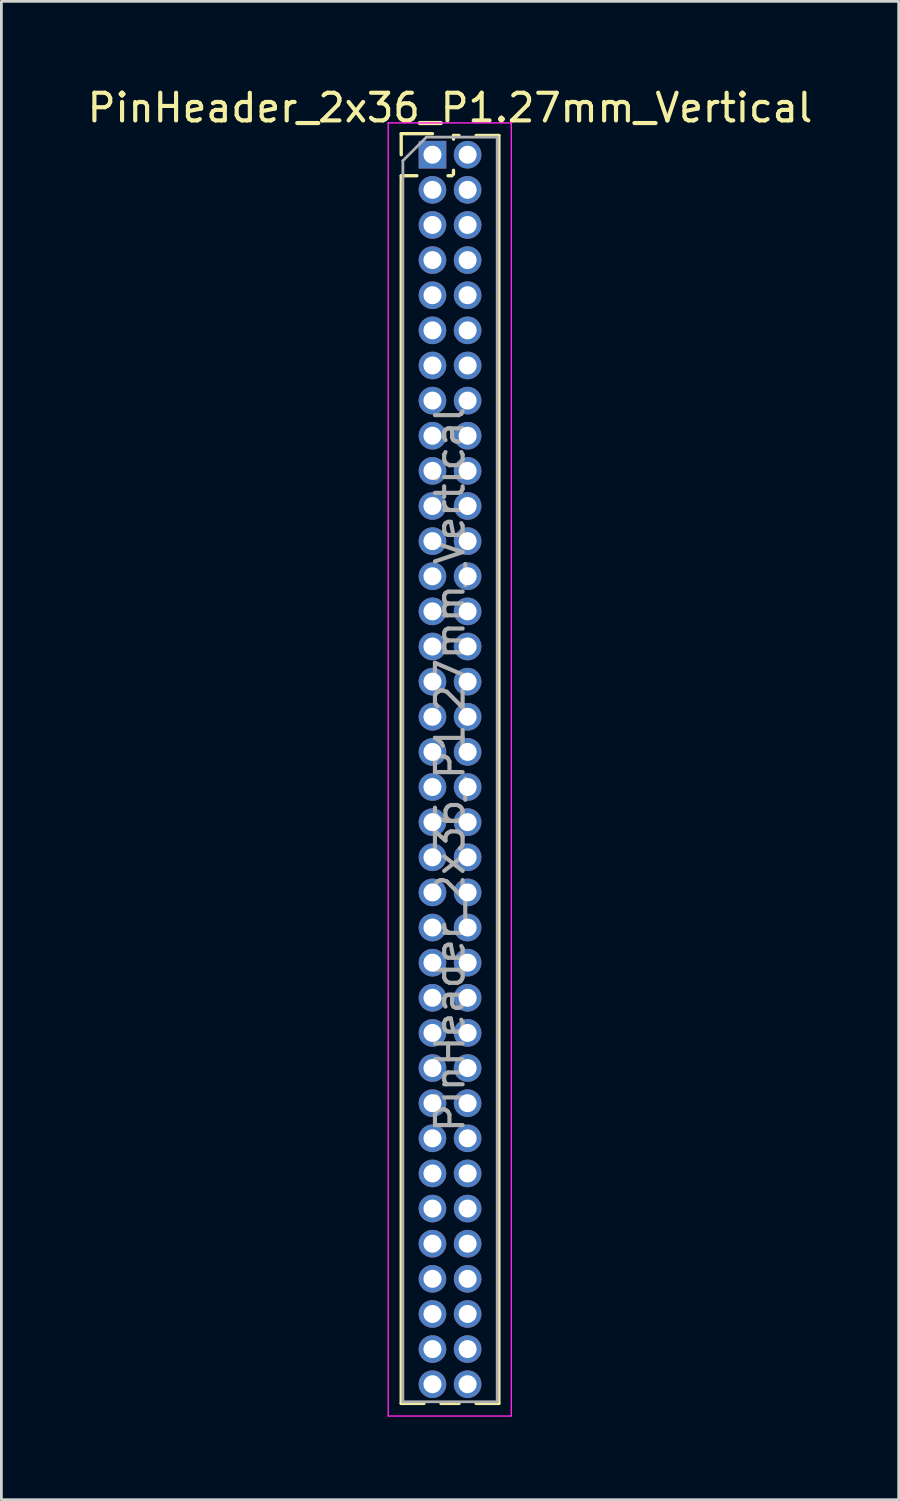
<source format=kicad_pcb>
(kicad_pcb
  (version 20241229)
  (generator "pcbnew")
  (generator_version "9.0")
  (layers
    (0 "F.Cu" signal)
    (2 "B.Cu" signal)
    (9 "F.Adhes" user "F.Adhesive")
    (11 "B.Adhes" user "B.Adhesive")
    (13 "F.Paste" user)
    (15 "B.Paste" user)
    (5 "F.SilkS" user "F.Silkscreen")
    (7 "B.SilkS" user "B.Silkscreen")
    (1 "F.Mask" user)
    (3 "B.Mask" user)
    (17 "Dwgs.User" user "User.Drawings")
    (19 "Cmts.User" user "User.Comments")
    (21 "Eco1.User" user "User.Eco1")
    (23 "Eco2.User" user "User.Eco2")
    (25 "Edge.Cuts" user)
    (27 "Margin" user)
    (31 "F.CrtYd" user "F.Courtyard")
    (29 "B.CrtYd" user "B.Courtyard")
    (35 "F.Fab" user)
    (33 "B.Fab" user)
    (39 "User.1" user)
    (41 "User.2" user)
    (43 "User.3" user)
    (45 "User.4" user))
  (footprint "PinHeader_2x36_P1.27mm_Vertical"
    (layer "F.Cu")
    (at 12.585 2.543)
    (property "Reference" "PinHeader_2x36_P1.27mm_Vertical" (at 0.635 -1.695 0) (layer "F.SilkS") (effects (font (size 1 1) (thickness 0.15))))
    (attr through_hole)
    (fp_line (start -1.13 -0.76) (end 0 -0.76) (stroke (width 0.12) (type solid)) (layer "F.SilkS"))
    (fp_line (start -1.13 0) (end -1.13 -0.76) (stroke (width 0.12) (type solid)) (layer "F.SilkS"))
    (fp_line (start -1.13 0.76) (end -1.13 45.145) (stroke (width 0.12) (type solid)) (layer "F.SilkS"))
    (fp_line (start -1.13 0.76) (end -0.563 0.76) (stroke (width 0.12) (type solid)) (layer "F.SilkS"))
    (fp_line (start -1.13 45.145) (end -0.308 45.145) (stroke (width 0.12) (type solid)) (layer "F.SilkS"))
    (fp_line (start 0.308 45.145) (end 0.962 45.145) (stroke (width 0.12) (type solid)) (layer "F.SilkS"))
    (fp_line (start 0.563 0.76) (end 0.707 0.76) (stroke (width 0.12) (type solid)) (layer "F.SilkS"))
    (fp_line (start 0.76 -0.695) (end 0.962 -0.695) (stroke (width 0.12) (type solid)) (layer "F.SilkS"))
    (fp_line (start 0.76 -0.563) (end 0.76 -0.695) (stroke (width 0.12) (type solid)) (layer "F.SilkS"))
    (fp_line (start 0.76 0.707) (end 0.76 0.563) (stroke (width 0.12) (type solid)) (layer "F.SilkS"))
    (fp_line (start 1.578 -0.695) (end 2.4 -0.695) (stroke (width 0.12) (type solid)) (layer "F.SilkS"))
    (fp_line (start 1.578 45.145) (end 2.4 45.145) (stroke (width 0.12) (type solid)) (layer "F.SilkS"))
    (fp_line (start 2.4 -0.695) (end 2.4 45.145) (stroke (width 0.12) (type solid)) (layer "F.SilkS"))
    (fp_line (start -1.6 -1.15) (end -1.6 45.6) (stroke (width 0.05) (type solid)) (layer "F.CrtYd"))
    (fp_line (start -1.6 45.6) (end 2.85 45.6) (stroke (width 0.05) (type solid)) (layer "F.CrtYd"))
    (fp_line (start 2.85 -1.15) (end -1.6 -1.15) (stroke (width 0.05) (type solid)) (layer "F.CrtYd"))
    (fp_line (start 2.85 45.6) (end 2.85 -1.15) (stroke (width 0.05) (type solid)) (layer "F.CrtYd"))
    (fp_line (start -1.07 0.217) (end -0.217 -0.635) (stroke (width 0.1) (type solid)) (layer "F.Fab"))
    (fp_line (start -1.07 45.085) (end -1.07 0.217) (stroke (width 0.1) (type solid)) (layer "F.Fab"))
    (fp_line (start -0.217 -0.635) (end 2.34 -0.635) (stroke (width 0.1) (type solid)) (layer "F.Fab"))
    (fp_line (start 2.34 -0.635) (end 2.34 45.085) (stroke (width 0.1) (type solid)) (layer "F.Fab"))
    (fp_line (start 2.34 45.085) (end -1.07 45.085) (stroke (width 0.1) (type solid)) (layer "F.Fab"))
    (fp_text user "${REFERENCE}" (at 0.635 22.225 90) (layer "F.Fab") (effects (font (size 1 1) (thickness 0.15))))
    (pad "1" thru_hole rect (at 0 0) (size 1 1) (drill 0.65) (layers "*.Cu" "*.Mask"))
    (pad "2" thru_hole oval (at 1.27 0) (size 1 1) (drill 0.65) (layers "*.Cu" "*.Mask"))
    (pad "3" thru_hole oval (at 0 1.27) (size 1 1) (drill 0.65) (layers "*.Cu" "*.Mask"))
    (pad "4" thru_hole oval (at 1.27 1.27) (size 1 1) (drill 0.65) (layers "*.Cu" "*.Mask"))
    (pad "5" thru_hole oval (at 0 2.54) (size 1 1) (drill 0.65) (layers "*.Cu" "*.Mask"))
    (pad "6" thru_hole oval (at 1.27 2.54) (size 1 1) (drill 0.65) (layers "*.Cu" "*.Mask"))
    (pad "7" thru_hole oval (at 0 3.81) (size 1 1) (drill 0.65) (layers "*.Cu" "*.Mask"))
    (pad "8" thru_hole oval (at 1.27 3.81) (size 1 1) (drill 0.65) (layers "*.Cu" "*.Mask"))
    (pad "9" thru_hole oval (at 0 5.08) (size 1 1) (drill 0.65) (layers "*.Cu" "*.Mask"))
    (pad "10" thru_hole oval (at 1.27 5.08) (size 1 1) (drill 0.65) (layers "*.Cu" "*.Mask"))
    (pad "11" thru_hole oval (at 0 6.35) (size 1 1) (drill 0.65) (layers "*.Cu" "*.Mask"))
    (pad "12" thru_hole oval (at 1.27 6.35) (size 1 1) (drill 0.65) (layers "*.Cu" "*.Mask"))
    (pad "13" thru_hole oval (at 0 7.62) (size 1 1) (drill 0.65) (layers "*.Cu" "*.Mask"))
    (pad "14" thru_hole oval (at 1.27 7.62) (size 1 1) (drill 0.65) (layers "*.Cu" "*.Mask"))
    (pad "15" thru_hole oval (at 0 8.89) (size 1 1) (drill 0.65) (layers "*.Cu" "*.Mask"))
    (pad "16" thru_hole oval (at 1.27 8.89) (size 1 1) (drill 0.65) (layers "*.Cu" "*.Mask"))
    (pad "17" thru_hole oval (at 0 10.16) (size 1 1) (drill 0.65) (layers "*.Cu" "*.Mask"))
    (pad "18" thru_hole oval (at 1.27 10.16) (size 1 1) (drill 0.65) (layers "*.Cu" "*.Mask"))
    (pad "19" thru_hole oval (at 0 11.43) (size 1 1) (drill 0.65) (layers "*.Cu" "*.Mask"))
    (pad "20" thru_hole oval (at 1.27 11.43) (size 1 1) (drill 0.65) (layers "*.Cu" "*.Mask"))
    (pad "21" thru_hole oval (at 0 12.7) (size 1 1) (drill 0.65) (layers "*.Cu" "*.Mask"))
    (pad "22" thru_hole oval (at 1.27 12.7) (size 1 1) (drill 0.65) (layers "*.Cu" "*.Mask"))
    (pad "23" thru_hole oval (at 0 13.97) (size 1 1) (drill 0.65) (layers "*.Cu" "*.Mask"))
    (pad "24" thru_hole oval (at 1.27 13.97) (size 1 1) (drill 0.65) (layers "*.Cu" "*.Mask"))
    (pad "25" thru_hole oval (at 0 15.24) (size 1 1) (drill 0.65) (layers "*.Cu" "*.Mask"))
    (pad "26" thru_hole oval (at 1.27 15.24) (size 1 1) (drill 0.65) (layers "*.Cu" "*.Mask"))
    (pad "27" thru_hole oval (at 0 16.51) (size 1 1) (drill 0.65) (layers "*.Cu" "*.Mask"))
    (pad "28" thru_hole oval (at 1.27 16.51) (size 1 1) (drill 0.65) (layers "*.Cu" "*.Mask"))
    (pad "29" thru_hole oval (at 0 17.78) (size 1 1) (drill 0.65) (layers "*.Cu" "*.Mask"))
    (pad "30" thru_hole oval (at 1.27 17.78) (size 1 1) (drill 0.65) (layers "*.Cu" "*.Mask"))
    (pad "31" thru_hole oval (at 0 19.05) (size 1 1) (drill 0.65) (layers "*.Cu" "*.Mask"))
    (pad "32" thru_hole oval (at 1.27 19.05) (size 1 1) (drill 0.65) (layers "*.Cu" "*.Mask"))
    (pad "33" thru_hole oval (at 0 20.32) (size 1 1) (drill 0.65) (layers "*.Cu" "*.Mask"))
    (pad "34" thru_hole oval (at 1.27 20.32) (size 1 1) (drill 0.65) (layers "*.Cu" "*.Mask"))
    (pad "35" thru_hole oval (at 0 21.59) (size 1 1) (drill 0.65) (layers "*.Cu" "*.Mask"))
    (pad "36" thru_hole oval (at 1.27 21.59) (size 1 1) (drill 0.65) (layers "*.Cu" "*.Mask"))
    (pad "37" thru_hole oval (at 0 22.86) (size 1 1) (drill 0.65) (layers "*.Cu" "*.Mask"))
    (pad "38" thru_hole oval (at 1.27 22.86) (size 1 1) (drill 0.65) (layers "*.Cu" "*.Mask"))
    (pad "39" thru_hole oval (at 0 24.13) (size 1 1) (drill 0.65) (layers "*.Cu" "*.Mask"))
    (pad "40" thru_hole oval (at 1.27 24.13) (size 1 1) (drill 0.65) (layers "*.Cu" "*.Mask"))
    (pad "41" thru_hole oval (at 0 25.4) (size 1 1) (drill 0.65) (layers "*.Cu" "*.Mask"))
    (pad "42" thru_hole oval (at 1.27 25.4) (size 1 1) (drill 0.65) (layers "*.Cu" "*.Mask"))
    (pad "43" thru_hole oval (at 0 26.67) (size 1 1) (drill 0.65) (layers "*.Cu" "*.Mask"))
    (pad "44" thru_hole oval (at 1.27 26.67) (size 1 1) (drill 0.65) (layers "*.Cu" "*.Mask"))
    (pad "45" thru_hole oval (at 0 27.94) (size 1 1) (drill 0.65) (layers "*.Cu" "*.Mask"))
    (pad "46" thru_hole oval (at 1.27 27.94) (size 1 1) (drill 0.65) (layers "*.Cu" "*.Mask"))
    (pad "47" thru_hole oval (at 0 29.21) (size 1 1) (drill 0.65) (layers "*.Cu" "*.Mask"))
    (pad "48" thru_hole oval (at 1.27 29.21) (size 1 1) (drill 0.65) (layers "*.Cu" "*.Mask"))
    (pad "49" thru_hole oval (at 0 30.48) (size 1 1) (drill 0.65) (layers "*.Cu" "*.Mask"))
    (pad "50" thru_hole oval (at 1.27 30.48) (size 1 1) (drill 0.65) (layers "*.Cu" "*.Mask"))
    (pad "51" thru_hole oval (at 0 31.75) (size 1 1) (drill 0.65) (layers "*.Cu" "*.Mask"))
    (pad "52" thru_hole oval (at 1.27 31.75) (size 1 1) (drill 0.65) (layers "*.Cu" "*.Mask"))
    (pad "53" thru_hole oval (at 0 33.02) (size 1 1) (drill 0.65) (layers "*.Cu" "*.Mask"))
    (pad "54" thru_hole oval (at 1.27 33.02) (size 1 1) (drill 0.65) (layers "*.Cu" "*.Mask"))
    (pad "55" thru_hole oval (at 0 34.29) (size 1 1) (drill 0.65) (layers "*.Cu" "*.Mask"))
    (pad "56" thru_hole oval (at 1.27 34.29) (size 1 1) (drill 0.65) (layers "*.Cu" "*.Mask"))
    (pad "57" thru_hole oval (at 0 35.56) (size 1 1) (drill 0.65) (layers "*.Cu" "*.Mask"))
    (pad "58" thru_hole oval (at 1.27 35.56) (size 1 1) (drill 0.65) (layers "*.Cu" "*.Mask"))
    (pad "59" thru_hole oval (at 0 36.83) (size 1 1) (drill 0.65) (layers "*.Cu" "*.Mask"))
    (pad "60" thru_hole oval (at 1.27 36.83) (size 1 1) (drill 0.65) (layers "*.Cu" "*.Mask"))
    (pad "61" thru_hole oval (at 0 38.1) (size 1 1) (drill 0.65) (layers "*.Cu" "*.Mask"))
    (pad "62" thru_hole oval (at 1.27 38.1) (size 1 1) (drill 0.65) (layers "*.Cu" "*.Mask"))
    (pad "63" thru_hole oval (at 0 39.37) (size 1 1) (drill 0.65) (layers "*.Cu" "*.Mask"))
    (pad "64" thru_hole oval (at 1.27 39.37) (size 1 1) (drill 0.65) (layers "*.Cu" "*.Mask"))
    (pad "65" thru_hole oval (at 0 40.64) (size 1 1) (drill 0.65) (layers "*.Cu" "*.Mask"))
    (pad "66" thru_hole oval (at 1.27 40.64) (size 1 1) (drill 0.65) (layers "*.Cu" "*.Mask"))
    (pad "67" thru_hole oval (at 0 41.91) (size 1 1) (drill 0.65) (layers "*.Cu" "*.Mask"))
    (pad "68" thru_hole oval (at 1.27 41.91) (size 1 1) (drill 0.65) (layers "*.Cu" "*.Mask"))
    (pad "69" thru_hole oval (at 0 43.18) (size 1 1) (drill 0.65) (layers "*.Cu" "*.Mask"))
    (pad "70" thru_hole oval (at 1.27 43.18) (size 1 1) (drill 0.65) (layers "*.Cu" "*.Mask"))
    (pad "71" thru_hole oval (at 0 44.45) (size 1 1) (drill 0.65) (layers "*.Cu" "*.Mask"))
    (pad "72" thru_hole oval (at 1.27 44.45) (size 1 1) (drill 0.65) (layers "*.Cu" "*.Mask")))
  (gr_rect
    (start -3 -3)
    (end 29.44 51.168)
    (stroke (width 0.1) (type default))
    (fill no)
    (layer "Edge.Cuts")))
</source>
